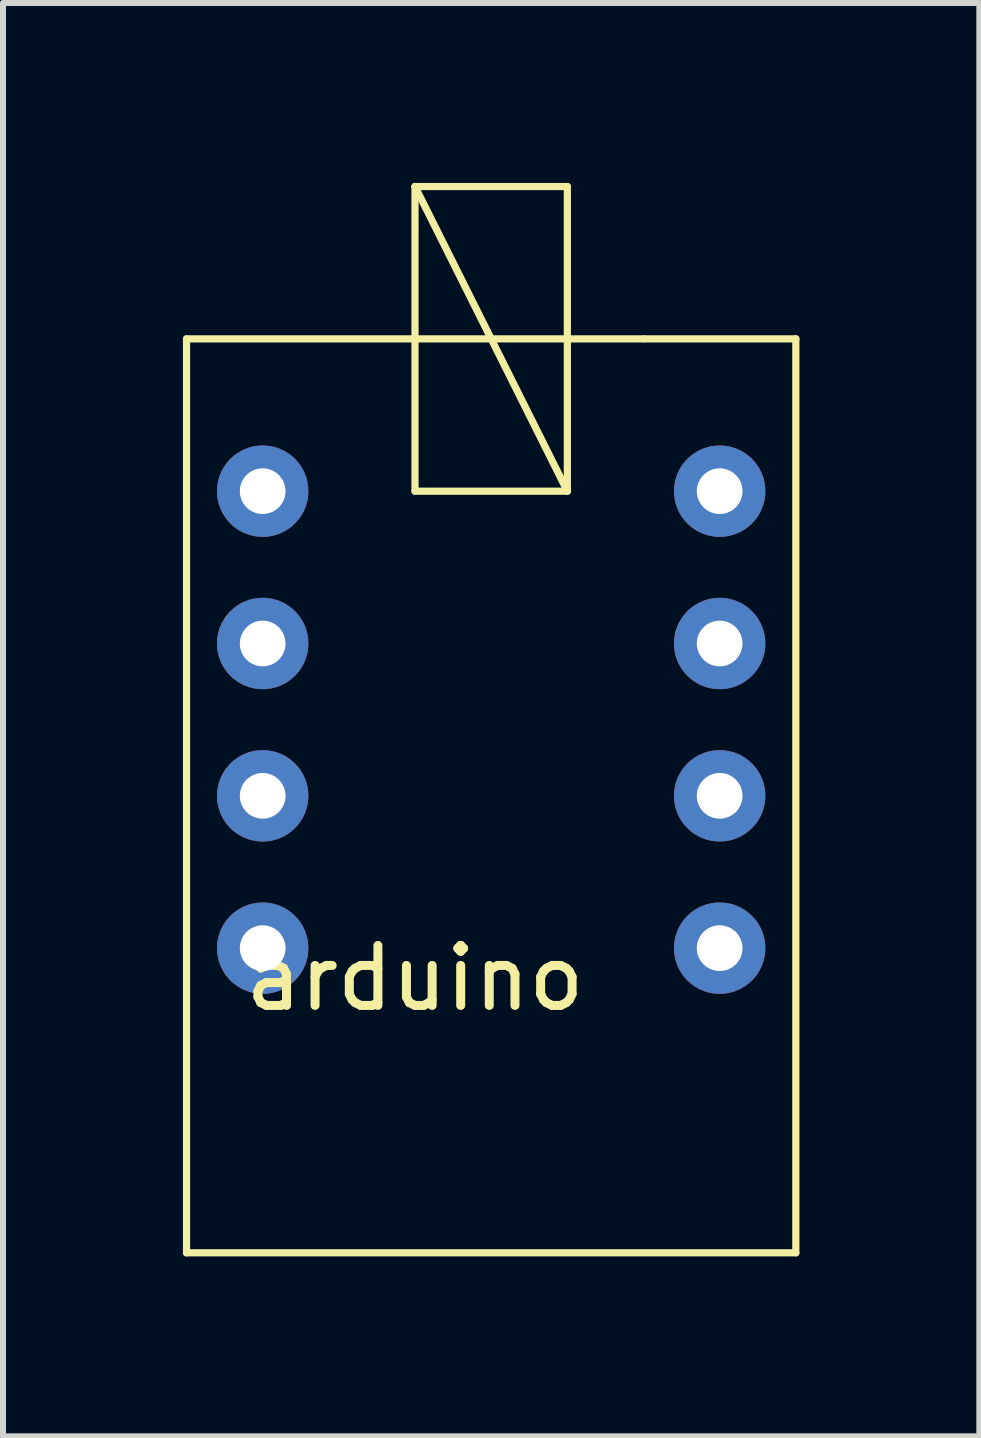
<source format=kicad_pcb>
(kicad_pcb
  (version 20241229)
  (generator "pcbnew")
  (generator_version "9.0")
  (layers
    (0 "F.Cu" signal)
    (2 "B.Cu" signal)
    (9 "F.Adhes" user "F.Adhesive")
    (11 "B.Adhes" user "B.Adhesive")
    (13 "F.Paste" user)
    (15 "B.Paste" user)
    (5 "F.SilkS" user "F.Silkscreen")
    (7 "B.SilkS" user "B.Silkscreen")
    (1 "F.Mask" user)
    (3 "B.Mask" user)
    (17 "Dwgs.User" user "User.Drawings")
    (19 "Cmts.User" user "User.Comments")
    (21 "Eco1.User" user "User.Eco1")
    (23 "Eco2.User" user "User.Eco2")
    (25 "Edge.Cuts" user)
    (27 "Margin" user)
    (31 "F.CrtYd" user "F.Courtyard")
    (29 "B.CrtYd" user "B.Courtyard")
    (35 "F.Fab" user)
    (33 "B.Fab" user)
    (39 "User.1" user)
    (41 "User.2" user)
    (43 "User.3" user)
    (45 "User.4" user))
  (footprint "arduino"
    (layer "F.Cu")
    (at 3.87 12.76)
    (property "Reference" "arduino" (at 0 0.5 0) (layer "F.SilkS") (effects (font (size 1 1) (thickness 0.15))))
    (attr through_hole)
    (fp_line (start -3.81 -10.16) (end -3.81 5.08) (stroke (width 0.12) (type solid)) (layer "F.SilkS"))
    (fp_line (start -3.81 5.08) (end 6.35 5.08) (stroke (width 0.12) (type solid)) (layer "F.SilkS"))
    (fp_line (start 0 -12.7) (end 0 -7.62) (stroke (width 0.12) (type solid)) (layer "F.SilkS"))
    (fp_line (start 0 -12.7) (end 2.54 -12.7) (stroke (width 0.12) (type solid)) (layer "F.SilkS"))
    (fp_line (start 0 -7.62) (end 2.54 -7.62) (stroke (width 0.12) (type solid)) (layer "F.SilkS"))
    (fp_line (start 2.54 -12.7) (end 2.54 -7.62) (stroke (width 0.12) (type solid)) (layer "F.SilkS"))
    (fp_line (start 2.54 -7.62) (end 0 -12.7) (stroke (width 0.12) (type solid)) (layer "F.SilkS"))
    (fp_line (start 3.81 -10.16) (end -3.81 -10.16) (stroke (width 0.12) (type solid)) (layer "F.SilkS"))
    (fp_line (start 6.35 -10.16) (end 3.81 -10.16) (stroke (width 0.12) (type solid)) (layer "F.SilkS"))
    (fp_line (start 6.35 5.08) (end 6.35 -10.16) (stroke (width 0.12) (type solid)) (layer "F.SilkS"))
    (pad "1" thru_hole circle (at -2.54 -7.62) (size 1.524 1.524) (drill 0.762) (layers "*.Cu" "*.Mask"))
    (pad "2" thru_hole circle (at -2.54 -5.08) (size 1.524 1.524) (drill 0.762) (layers "*.Cu" "*.Mask"))
    (pad "3" thru_hole circle (at -2.54 -2.54) (size 1.524 1.524) (drill 0.762) (layers "*.Cu" "*.Mask"))
    (pad "4" thru_hole circle (at -2.54 0) (size 1.524 1.524) (drill 0.762) (layers "*.Cu" "*.Mask"))
    (pad "5" thru_hole circle (at 5.08 0) (size 1.524 1.524) (drill 0.762) (layers "*.Cu" "*.Mask"))
    (pad "6" thru_hole circle (at 5.08 -2.54) (size 1.524 1.524) (drill 0.762) (layers "*.Cu" "*.Mask"))
    (pad "7" thru_hole circle (at 5.08 -5.08) (size 1.524 1.524) (drill 0.762) (layers "*.Cu" "*.Mask"))
    (pad "8" thru_hole circle (at 5.08 -7.62) (size 1.524 1.524) (drill 0.762) (layers "*.Cu" "*.Mask")))
  (gr_rect
    (start -3 -3)
    (end 13.28 20.9)
    (stroke (width 0.1) (type default))
    (fill no)
    (layer "Edge.Cuts")))
</source>
